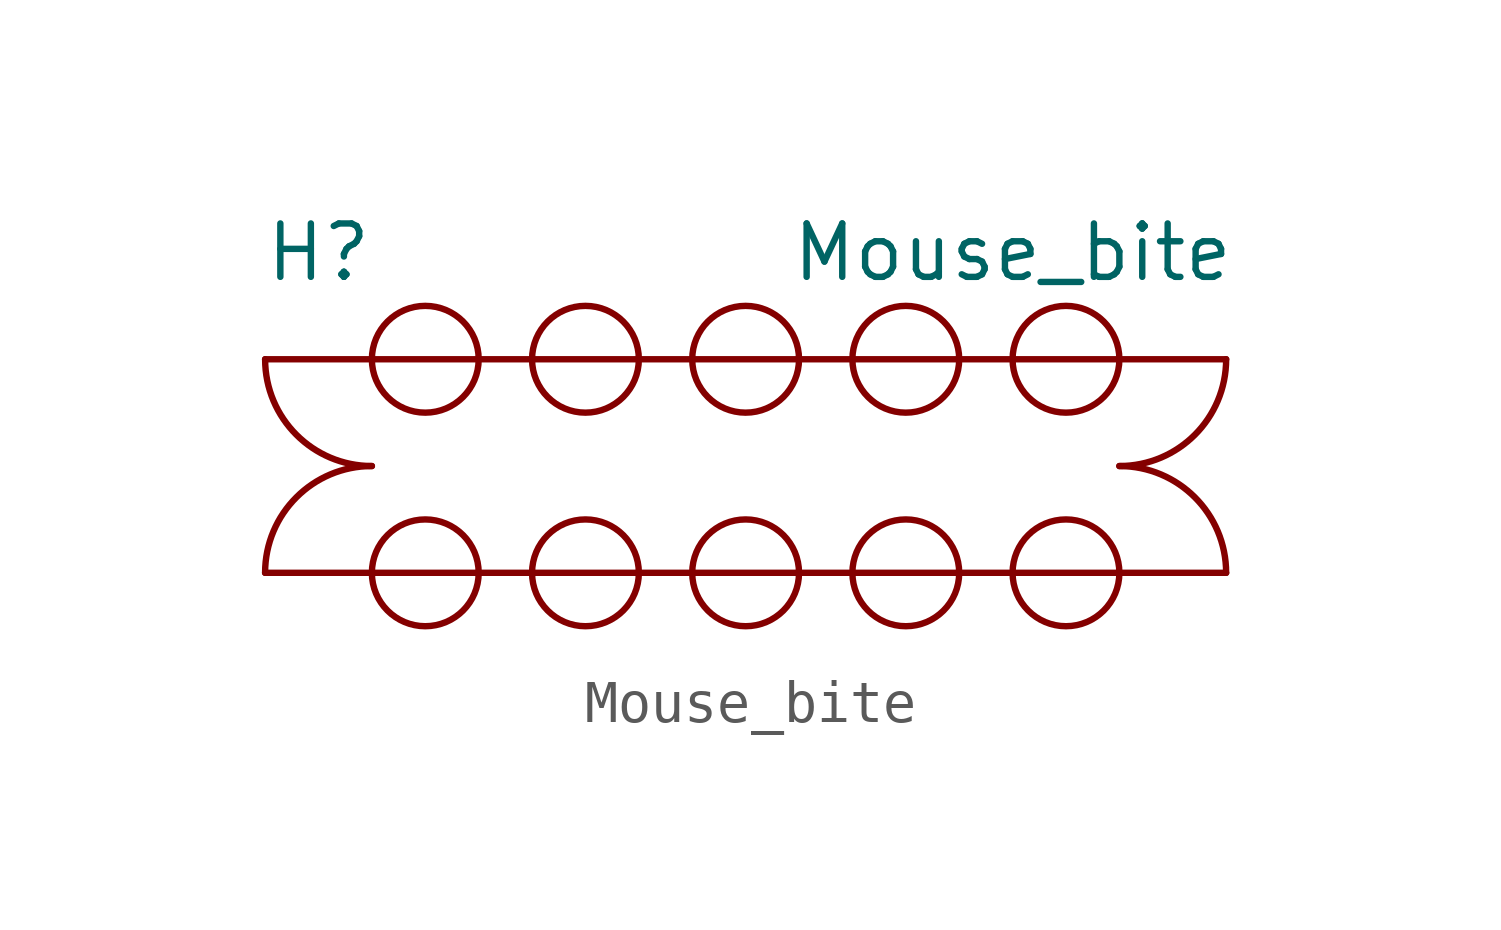
<source format=kicad_sym>
(kicad_symbol_lib
  (version 20211014)
  (generator kicad_symbol_editor)
  (symbol "Mouse_bite"
    (property "Reference" "H"
      (at -10.16 5.08 0)
      (effects (font (size 1.27 1.27))))
    (property "Value" "Mouse_bite"
      (at 6.35 5.08 0)
      (effects (font (size 1.27 1.27))))
    (symbol "Mouse_bite_0_1"
      (arc (start -11.43 2.54) (mid -13.2261 -1.7961) (end -8.89 0) (stroke (width 0) (type default) (color 0 0 0 0)) (fill (type none)))
      (arc (start -8.89 0) (mid -13.2261 1.7961) (end -11.43 -2.54) (stroke (width 0) (type default) (color 0 0 0 0)) (fill (type none)))
      (circle (center -7.62 -2.54) (radius 1.27) (stroke (width 0) (type default) (color 0 0 0 0)) (fill (type none)))
      (circle (center -7.62 2.54) (radius 1.27) (stroke (width 0) (type default) (color 0 0 0 0)) (fill (type none)))
      (circle (center -3.81 -2.54) (radius 1.27) (stroke (width 0) (type default) (color 0 0 0 0)) (fill (type none)))
      (circle (center -3.81 2.54) (radius 1.27) (stroke (width 0) (type default) (color 0 0 0 0)) (fill (type none)))
      (circle (center 0 -2.54) (radius 1.27) (stroke (width 0) (type default) (color 0 0 0 0)) (fill (type none)))
      (polyline (pts (xy -11.43 -2.54) (xy 11.43 -2.54)) (stroke (width 0) (type default) (color 0 0 0 0)) (fill (type none)))
      (polyline (pts (xy -11.43 2.54) (xy 11.43 2.54)) (stroke (width 0) (type default) (color 0 0 0 0)) (fill (type none)))
      (circle (center 0 2.54) (radius 1.27) (stroke (width 0) (type default) (color 0 0 0 0)) (fill (type none)))
      (circle (center 3.81 -2.54) (radius 1.27) (stroke (width 0) (type default) (color 0 0 0 0)) (fill (type none)))
      (circle (center 3.81 2.54) (radius 1.27) (stroke (width 0) (type default) (color 0 0 0 0)) (fill (type none)))
      (circle (center 7.62 -2.54) (radius 1.27) (stroke (width 0) (type default) (color 0 0 0 0)) (fill (type none)))
      (circle (center 7.62 2.54) (radius 1.27) (stroke (width 0) (type default) (color 0 0 0 0)) (fill (type none)))
      (arc (start 8.89 0) (mid 13.2261 -1.7961) (end 11.43 2.54) (stroke (width 0) (type default) (color 0 0 0 0)) (fill (type none)))
      (arc (start 11.43 -2.54) (mid 13.2261 1.7961) (end 8.89 0) (stroke (width 0) (type default) (color 0 0 0 0)) (fill (type none))))))
</source>
